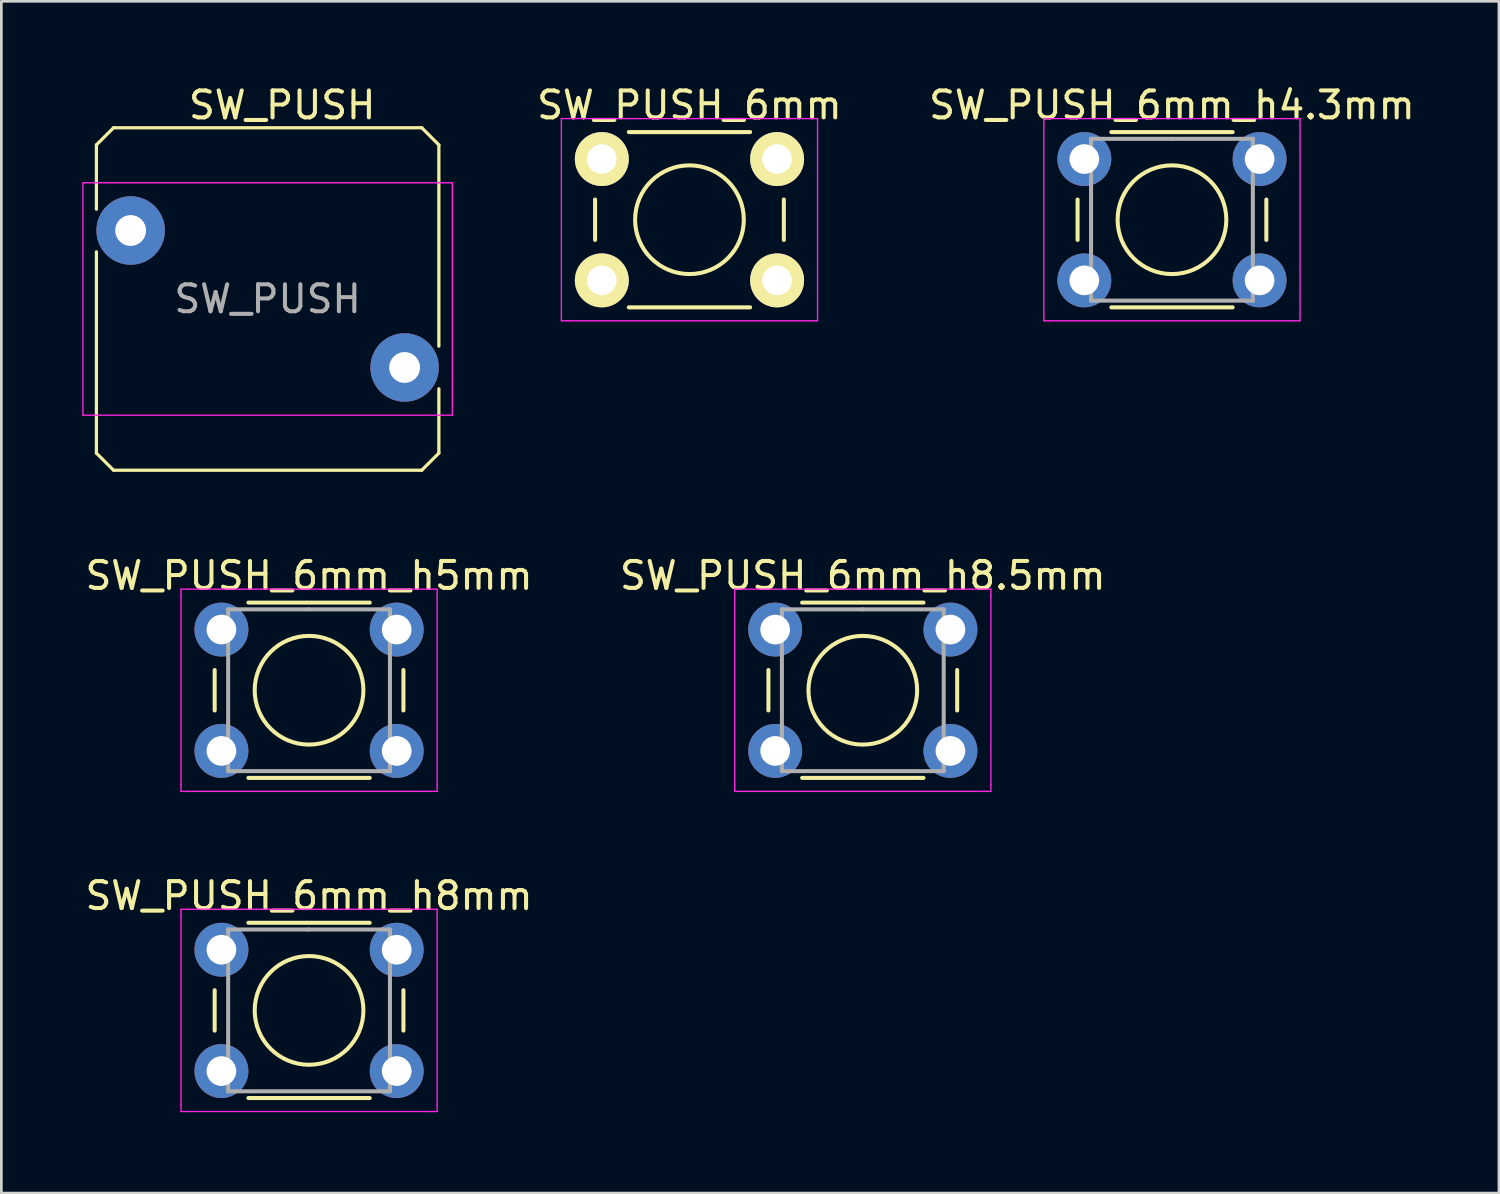
<source format=kicad_pcb>
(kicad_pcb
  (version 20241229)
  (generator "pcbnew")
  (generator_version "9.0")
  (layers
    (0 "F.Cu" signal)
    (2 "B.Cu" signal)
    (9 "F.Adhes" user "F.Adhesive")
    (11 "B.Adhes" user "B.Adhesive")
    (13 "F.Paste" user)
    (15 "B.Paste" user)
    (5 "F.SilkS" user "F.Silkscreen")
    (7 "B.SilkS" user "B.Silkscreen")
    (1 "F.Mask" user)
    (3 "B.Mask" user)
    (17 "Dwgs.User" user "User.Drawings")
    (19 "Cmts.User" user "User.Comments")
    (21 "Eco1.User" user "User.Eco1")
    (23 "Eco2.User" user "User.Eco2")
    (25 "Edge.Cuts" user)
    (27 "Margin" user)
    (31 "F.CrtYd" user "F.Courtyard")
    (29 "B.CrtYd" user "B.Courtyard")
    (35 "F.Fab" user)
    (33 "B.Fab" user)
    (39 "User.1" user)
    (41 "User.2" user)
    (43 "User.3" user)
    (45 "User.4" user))
  (footprint "SW_PUSH_6mm_h8.5mm"
    (layer "F.Cu")
    (at 25.696 20.297)
    (property "Reference" "SW_PUSH_6mm_h8.5mm" (at 3.25 -2 0) (layer "F.SilkS") (effects (font (size 1 1) (thickness 0.15))))
    (attr through_hole)
    (fp_line (start -0.25 1.5) (end -0.25 3) (stroke (width 0.15) (type solid)) (layer "F.SilkS"))
    (fp_line (start 1 5.5) (end 5.5 5.5) (stroke (width 0.15) (type solid)) (layer "F.SilkS"))
    (fp_line (start 5.5 -1) (end 1 -1) (stroke (width 0.15) (type solid)) (layer "F.SilkS"))
    (fp_line (start 6.75 3) (end 6.75 1.5) (stroke (width 0.15) (type solid)) (layer "F.SilkS"))
    (fp_circle (center 3.25 2.25) (end 1.25 2.5) (stroke (width 0.15) (type solid)) (fill no) (layer "F.SilkS"))
    (fp_line (start -1.5 -1.5) (end -1.25 -1.5) (stroke (width 0.05) (type solid)) (layer "F.CrtYd"))
    (fp_line (start -1.5 -1.25) (end -1.5 -1.5) (stroke (width 0.05) (type solid)) (layer "F.CrtYd"))
    (fp_line (start -1.5 5.75) (end -1.5 -1.25) (stroke (width 0.05) (type solid)) (layer "F.CrtYd"))
    (fp_line (start -1.5 5.75) (end -1.5 6) (stroke (width 0.05) (type solid)) (layer "F.CrtYd"))
    (fp_line (start -1.5 6) (end -1.25 6) (stroke (width 0.05) (type solid)) (layer "F.CrtYd"))
    (fp_line (start -1.25 -1.5) (end 7.75 -1.5) (stroke (width 0.05) (type solid)) (layer "F.CrtYd"))
    (fp_line (start 7.75 -1.5) (end 8 -1.5) (stroke (width 0.05) (type solid)) (layer "F.CrtYd"))
    (fp_line (start 7.75 6) (end -1.25 6) (stroke (width 0.05) (type solid)) (layer "F.CrtYd"))
    (fp_line (start 7.75 6) (end 8 6) (stroke (width 0.05) (type solid)) (layer "F.CrtYd"))
    (fp_line (start 8 -1.5) (end 8 -1.25) (stroke (width 0.05) (type solid)) (layer "F.CrtYd"))
    (fp_line (start 8 -1.25) (end 8 5.75) (stroke (width 0.05) (type solid)) (layer "F.CrtYd"))
    (fp_line (start 8 6) (end 8 5.75) (stroke (width 0.05) (type solid)) (layer "F.CrtYd"))
    (fp_line (start 0.25 -0.75) (end 3.25 -0.75) (stroke (width 0.15) (type solid)) (layer "F.Fab"))
    (fp_line (start 0.25 5.25) (end 0.25 -0.75) (stroke (width 0.15) (type solid)) (layer "F.Fab"))
    (fp_line (start 3.25 -0.75) (end 6.25 -0.75) (stroke (width 0.15) (type solid)) (layer "F.Fab"))
    (fp_line (start 6.25 -0.75) (end 6.25 5.25) (stroke (width 0.15) (type solid)) (layer "F.Fab"))
    (fp_line (start 6.25 5.25) (end 0.25 5.25) (stroke (width 0.15) (type solid)) (layer "F.Fab"))
    (pad "1" thru_hole circle (at 0 0 90) (size 2 2) (drill 1.1) (layers "*.Cu" "*.Mask"))
    (pad "1" thru_hole circle (at 6.5 0 90) (size 2 2) (drill 1.1) (layers "*.Cu" "*.Mask"))
    (pad "2" thru_hole circle (at 0 4.5 90) (size 2 2) (drill 1.1) (layers "*.Cu" "*.Mask"))
    (pad "2" thru_hole circle (at 6.5 4.5 90) (size 2 2) (drill 1.1) (layers "*.Cu" "*.Mask")))
  (footprint "SW_PUSH_6mm_h5mm"
    (layer "F.Cu")
    (at 5.161 20.297)
    (property "Reference" "SW_PUSH_6mm_h5mm" (at 3.25 -2 0) (layer "F.SilkS") (effects (font (size 1 1) (thickness 0.15))))
    (attr through_hole)
    (fp_line (start -0.25 1.5) (end -0.25 3) (stroke (width 0.15) (type solid)) (layer "F.SilkS"))
    (fp_line (start 1 5.5) (end 5.5 5.5) (stroke (width 0.15) (type solid)) (layer "F.SilkS"))
    (fp_line (start 5.5 -1) (end 1 -1) (stroke (width 0.15) (type solid)) (layer "F.SilkS"))
    (fp_line (start 6.75 3) (end 6.75 1.5) (stroke (width 0.15) (type solid)) (layer "F.SilkS"))
    (fp_circle (center 3.25 2.25) (end 1.25 2.5) (stroke (width 0.15) (type solid)) (fill no) (layer "F.SilkS"))
    (fp_line (start -1.5 -1.5) (end -1.25 -1.5) (stroke (width 0.05) (type solid)) (layer "F.CrtYd"))
    (fp_line (start -1.5 -1.25) (end -1.5 -1.5) (stroke (width 0.05) (type solid)) (layer "F.CrtYd"))
    (fp_line (start -1.5 5.75) (end -1.5 -1.25) (stroke (width 0.05) (type solid)) (layer "F.CrtYd"))
    (fp_line (start -1.5 5.75) (end -1.5 6) (stroke (width 0.05) (type solid)) (layer "F.CrtYd"))
    (fp_line (start -1.5 6) (end -1.25 6) (stroke (width 0.05) (type solid)) (layer "F.CrtYd"))
    (fp_line (start -1.25 -1.5) (end 7.75 -1.5) (stroke (width 0.05) (type solid)) (layer "F.CrtYd"))
    (fp_line (start 7.75 -1.5) (end 8 -1.5) (stroke (width 0.05) (type solid)) (layer "F.CrtYd"))
    (fp_line (start 7.75 6) (end -1.25 6) (stroke (width 0.05) (type solid)) (layer "F.CrtYd"))
    (fp_line (start 7.75 6) (end 8 6) (stroke (width 0.05) (type solid)) (layer "F.CrtYd"))
    (fp_line (start 8 -1.5) (end 8 -1.25) (stroke (width 0.05) (type solid)) (layer "F.CrtYd"))
    (fp_line (start 8 -1.25) (end 8 5.75) (stroke (width 0.05) (type solid)) (layer "F.CrtYd"))
    (fp_line (start 8 6) (end 8 5.75) (stroke (width 0.05) (type solid)) (layer "F.CrtYd"))
    (fp_line (start 0.25 -0.75) (end 3.25 -0.75) (stroke (width 0.15) (type solid)) (layer "F.Fab"))
    (fp_line (start 0.25 5.25) (end 0.25 -0.75) (stroke (width 0.15) (type solid)) (layer "F.Fab"))
    (fp_line (start 3.25 -0.75) (end 6.25 -0.75) (stroke (width 0.15) (type solid)) (layer "F.Fab"))
    (fp_line (start 6.25 -0.75) (end 6.25 5.25) (stroke (width 0.15) (type solid)) (layer "F.Fab"))
    (fp_line (start 6.25 5.25) (end 0.25 5.25) (stroke (width 0.15) (type solid)) (layer "F.Fab"))
    (pad "1" thru_hole circle (at 0 0 90) (size 2 2) (drill 1.1) (layers "*.Cu" "*.Mask"))
    (pad "1" thru_hole circle (at 6.5 0 90) (size 2 2) (drill 1.1) (layers "*.Cu" "*.Mask"))
    (pad "2" thru_hole circle (at 0 4.5 90) (size 2 2) (drill 1.1) (layers "*.Cu" "*.Mask"))
    (pad "2" thru_hole circle (at 6.5 4.5 90) (size 2 2) (drill 1.1) (layers "*.Cu" "*.Mask")))
  (footprint "SW_PUSH"
    (layer "F.Cu")
    (at 1.795 5.498)
    (property "Reference" "SW_PUSH" (at 5.62 -4.65 0) (layer "F.SilkS") (effects (font (size 1 1) (thickness 0.15))))
    (attr through_hole)
    (fp_line (start -1.27 -3.175) (end -1.27 -0.791) (stroke (width 0.12) (type solid)) (layer "F.SilkS"))
    (fp_line (start -1.27 -3.175) (end -0.635 -3.81) (stroke (width 0.12) (type solid)) (layer "F.SilkS"))
    (fp_line (start -1.27 0.791) (end -1.27 8.255) (stroke (width 0.12) (type solid)) (layer "F.SilkS"))
    (fp_line (start -0.635 -3.81) (end 10.795 -3.81) (stroke (width 0.12) (type solid)) (layer "F.SilkS"))
    (fp_line (start -0.635 8.89) (end -1.27 8.255) (stroke (width 0.12) (type solid)) (layer "F.SilkS"))
    (fp_line (start 10.795 -3.81) (end 11.43 -3.175) (stroke (width 0.12) (type solid)) (layer "F.SilkS"))
    (fp_line (start 10.795 8.89) (end -0.635 8.89) (stroke (width 0.12) (type solid)) (layer "F.SilkS"))
    (fp_line (start 11.43 -3.175) (end 11.43 4.289) (stroke (width 0.12) (type solid)) (layer "F.SilkS"))
    (fp_line (start 11.43 5.871) (end 11.43 8.255) (stroke (width 0.12) (type solid)) (layer "F.SilkS"))
    (fp_line (start 11.43 8.255) (end 10.795 8.89) (stroke (width 0.12) (type solid)) (layer "F.SilkS"))
    (fp_line (start -1.77 -1.77) (end -1.77 6.85) (stroke (width 0.05) (type solid)) (layer "F.CrtYd"))
    (fp_line (start -1.77 -1.77) (end 11.93 -1.77) (stroke (width 0.05) (type solid)) (layer "F.CrtYd"))
    (fp_line (start 11.93 6.85) (end -1.77 6.85) (stroke (width 0.05) (type solid)) (layer "F.CrtYd"))
    (fp_line (start 11.93 6.85) (end 11.93 -1.77) (stroke (width 0.05) (type solid)) (layer "F.CrtYd"))
    (fp_text user "${REFERENCE}" (at 5.08 2.54 0) (layer "F.Fab") (effects (font (size 1 1) (thickness 0.15))))
    (pad "1" thru_hole circle (at 0 0) (size 2.54 2.54) (drill 1.143) (layers "*.Cu" "*.Mask"))
    (pad "2" thru_hole circle (at 10.16 5.08) (size 2.54 2.54) (drill 1.143) (layers "*.Cu" "*.Mask")))
  (footprint "SW_PUSH_6mm_h8mm"
    (layer "F.Cu")
    (at 5.161 32.17)
    (property "Reference" "SW_PUSH_6mm_h8mm" (at 3.25 -2 0) (layer "F.SilkS") (effects (font (size 1 1) (thickness 0.15))))
    (attr through_hole)
    (fp_line (start -0.25 1.5) (end -0.25 3) (stroke (width 0.15) (type solid)) (layer "F.SilkS"))
    (fp_line (start 1 5.5) (end 5.5 5.5) (stroke (width 0.15) (type solid)) (layer "F.SilkS"))
    (fp_line (start 5.5 -1) (end 1 -1) (stroke (width 0.15) (type solid)) (layer "F.SilkS"))
    (fp_line (start 6.75 3) (end 6.75 1.5) (stroke (width 0.15) (type solid)) (layer "F.SilkS"))
    (fp_circle (center 3.25 2.25) (end 1.25 2.5) (stroke (width 0.15) (type solid)) (fill no) (layer "F.SilkS"))
    (fp_line (start -1.5 -1.5) (end -1.25 -1.5) (stroke (width 0.05) (type solid)) (layer "F.CrtYd"))
    (fp_line (start -1.5 -1.25) (end -1.5 -1.5) (stroke (width 0.05) (type solid)) (layer "F.CrtYd"))
    (fp_line (start -1.5 5.75) (end -1.5 -1.25) (stroke (width 0.05) (type solid)) (layer "F.CrtYd"))
    (fp_line (start -1.5 5.75) (end -1.5 6) (stroke (width 0.05) (type solid)) (layer "F.CrtYd"))
    (fp_line (start -1.5 6) (end -1.25 6) (stroke (width 0.05) (type solid)) (layer "F.CrtYd"))
    (fp_line (start -1.25 -1.5) (end 7.75 -1.5) (stroke (width 0.05) (type solid)) (layer "F.CrtYd"))
    (fp_line (start 7.75 -1.5) (end 8 -1.5) (stroke (width 0.05) (type solid)) (layer "F.CrtYd"))
    (fp_line (start 7.75 6) (end -1.25 6) (stroke (width 0.05) (type solid)) (layer "F.CrtYd"))
    (fp_line (start 7.75 6) (end 8 6) (stroke (width 0.05) (type solid)) (layer "F.CrtYd"))
    (fp_line (start 8 -1.5) (end 8 -1.25) (stroke (width 0.05) (type solid)) (layer "F.CrtYd"))
    (fp_line (start 8 -1.25) (end 8 5.75) (stroke (width 0.05) (type solid)) (layer "F.CrtYd"))
    (fp_line (start 8 6) (end 8 5.75) (stroke (width 0.05) (type solid)) (layer "F.CrtYd"))
    (fp_line (start 0.25 -0.75) (end 3.25 -0.75) (stroke (width 0.15) (type solid)) (layer "F.Fab"))
    (fp_line (start 0.25 5.25) (end 0.25 -0.75) (stroke (width 0.15) (type solid)) (layer "F.Fab"))
    (fp_line (start 3.25 -0.75) (end 6.25 -0.75) (stroke (width 0.15) (type solid)) (layer "F.Fab"))
    (fp_line (start 6.25 -0.75) (end 6.25 5.25) (stroke (width 0.15) (type solid)) (layer "F.Fab"))
    (fp_line (start 6.25 5.25) (end 0.25 5.25) (stroke (width 0.15) (type solid)) (layer "F.Fab"))
    (pad "1" thru_hole circle (at 0 0 90) (size 2 2) (drill 1.1) (layers "*.Cu" "*.Mask"))
    (pad "1" thru_hole circle (at 6.5 0 90) (size 2 2) (drill 1.1) (layers "*.Cu" "*.Mask"))
    (pad "2" thru_hole circle (at 0 4.5 90) (size 2 2) (drill 1.1) (layers "*.Cu" "*.Mask"))
    (pad "2" thru_hole circle (at 6.5 4.5 90) (size 2 2) (drill 1.1) (layers "*.Cu" "*.Mask")))
  (footprint "SW_PUSH_6mm"
    (layer "F.Cu")
    (at 19.268 2.848)
    (property "Reference" "SW_PUSH_6mm" (at 3.25 -2 0) (layer "F.SilkS") (effects (font (size 1 1) (thickness 0.15))))
    (attr through_hole)
    (fp_line (start -0.25 1.5) (end -0.25 3) (stroke (width 0.15) (type solid)) (layer "F.SilkS"))
    (fp_line (start 1 5.5) (end 5.5 5.5) (stroke (width 0.15) (type solid)) (layer "F.SilkS"))
    (fp_line (start 5.5 -1) (end 1 -1) (stroke (width 0.15) (type solid)) (layer "F.SilkS"))
    (fp_line (start 6.75 3) (end 6.75 1.5) (stroke (width 0.15) (type solid)) (layer "F.SilkS"))
    (fp_circle (center 3.25 2.25) (end 1.25 2.5) (stroke (width 0.15) (type solid)) (fill no) (layer "F.SilkS"))
    (fp_line (start -1.5 -1.5) (end -1.25 -1.5) (stroke (width 0.05) (type solid)) (layer "F.CrtYd"))
    (fp_line (start -1.5 -1.25) (end -1.5 -1.5) (stroke (width 0.05) (type solid)) (layer "F.CrtYd"))
    (fp_line (start -1.5 5.75) (end -1.5 -1.25) (stroke (width 0.05) (type solid)) (layer "F.CrtYd"))
    (fp_line (start -1.5 5.75) (end -1.5 6) (stroke (width 0.05) (type solid)) (layer "F.CrtYd"))
    (fp_line (start -1.5 6) (end -1.25 6) (stroke (width 0.05) (type solid)) (layer "F.CrtYd"))
    (fp_line (start -1.25 -1.5) (end 7.75 -1.5) (stroke (width 0.05) (type solid)) (layer "F.CrtYd"))
    (fp_line (start 7.75 -1.5) (end 8 -1.5) (stroke (width 0.05) (type solid)) (layer "F.CrtYd"))
    (fp_line (start 7.75 6) (end -1.25 6) (stroke (width 0.05) (type solid)) (layer "F.CrtYd"))
    (fp_line (start 7.75 6) (end 8 6) (stroke (width 0.05) (type solid)) (layer "F.CrtYd"))
    (fp_line (start 8 -1.5) (end 8 -1.25) (stroke (width 0.05) (type solid)) (layer "F.CrtYd"))
    (fp_line (start 8 -1.25) (end 8 5.75) (stroke (width 0.05) (type solid)) (layer "F.CrtYd"))
    (fp_line (start 8 6) (end 8 5.75) (stroke (width 0.05) (type solid)) (layer "F.CrtYd"))
    (pad "1" thru_hole circle (at 0 0 90) (size 2 2) (drill 1.1) (layers "*.Cu" "*.Mask" "F.SilkS"))
    (pad "1" thru_hole circle (at 6.5 0 90) (size 2 2) (drill 1.1) (layers "*.Cu" "*.Mask" "F.SilkS"))
    (pad "2" thru_hole circle (at 0 4.5 90) (size 2 2) (drill 1.1) (layers "*.Cu" "*.Mask" "F.SilkS"))
    (pad "2" thru_hole circle (at 6.5 4.5 90) (size 2 2) (drill 1.1) (layers "*.Cu" "*.Mask" "F.SilkS")))
  (footprint "SW_PUSH_6mm_h4.3mm"
    (layer "F.Cu")
    (at 37.161 2.848)
    (property "Reference" "SW_PUSH_6mm_h4.3mm" (at 3.25 -2 0) (layer "F.SilkS") (effects (font (size 1 1) (thickness 0.15))))
    (attr through_hole)
    (fp_line (start -0.25 1.5) (end -0.25 3) (stroke (width 0.15) (type solid)) (layer "F.SilkS"))
    (fp_line (start 1 5.5) (end 5.5 5.5) (stroke (width 0.15) (type solid)) (layer "F.SilkS"))
    (fp_line (start 5.5 -1) (end 1 -1) (stroke (width 0.15) (type solid)) (layer "F.SilkS"))
    (fp_line (start 6.75 3) (end 6.75 1.5) (stroke (width 0.15) (type solid)) (layer "F.SilkS"))
    (fp_circle (center 3.25 2.25) (end 1.25 2.5) (stroke (width 0.15) (type solid)) (fill no) (layer "F.SilkS"))
    (fp_line (start -1.5 -1.5) (end -1.25 -1.5) (stroke (width 0.05) (type solid)) (layer "F.CrtYd"))
    (fp_line (start -1.5 -1.25) (end -1.5 -1.5) (stroke (width 0.05) (type solid)) (layer "F.CrtYd"))
    (fp_line (start -1.5 5.75) (end -1.5 -1.25) (stroke (width 0.05) (type solid)) (layer "F.CrtYd"))
    (fp_line (start -1.5 5.75) (end -1.5 6) (stroke (width 0.05) (type solid)) (layer "F.CrtYd"))
    (fp_line (start -1.5 6) (end -1.25 6) (stroke (width 0.05) (type solid)) (layer "F.CrtYd"))
    (fp_line (start -1.25 -1.5) (end 7.75 -1.5) (stroke (width 0.05) (type solid)) (layer "F.CrtYd"))
    (fp_line (start 7.75 -1.5) (end 8 -1.5) (stroke (width 0.05) (type solid)) (layer "F.CrtYd"))
    (fp_line (start 7.75 6) (end -1.25 6) (stroke (width 0.05) (type solid)) (layer "F.CrtYd"))
    (fp_line (start 7.75 6) (end 8 6) (stroke (width 0.05) (type solid)) (layer "F.CrtYd"))
    (fp_line (start 8 -1.5) (end 8 -1.25) (stroke (width 0.05) (type solid)) (layer "F.CrtYd"))
    (fp_line (start 8 -1.25) (end 8 5.75) (stroke (width 0.05) (type solid)) (layer "F.CrtYd"))
    (fp_line (start 8 6) (end 8 5.75) (stroke (width 0.05) (type solid)) (layer "F.CrtYd"))
    (fp_line (start 0.25 -0.75) (end 3.25 -0.75) (stroke (width 0.15) (type solid)) (layer "F.Fab"))
    (fp_line (start 0.25 5.25) (end 0.25 -0.75) (stroke (width 0.15) (type solid)) (layer "F.Fab"))
    (fp_line (start 3.25 -0.75) (end 6.25 -0.75) (stroke (width 0.15) (type solid)) (layer "F.Fab"))
    (fp_line (start 6.25 -0.75) (end 6.25 5.25) (stroke (width 0.15) (type solid)) (layer "F.Fab"))
    (fp_line (start 6.25 5.25) (end 0.25 5.25) (stroke (width 0.15) (type solid)) (layer "F.Fab"))
    (pad "1" thru_hole circle (at 0 0 90) (size 2 2) (drill 1.1) (layers "*.Cu" "*.Mask"))
    (pad "1" thru_hole circle (at 6.5 0 90) (size 2 2) (drill 1.1) (layers "*.Cu" "*.Mask"))
    (pad "2" thru_hole circle (at 0 4.5 90) (size 2 2) (drill 1.1) (layers "*.Cu" "*.Mask"))
    (pad "2" thru_hole circle (at 6.5 4.5 90) (size 2 2) (drill 1.1) (layers "*.Cu" "*.Mask")))
  (gr_rect
    (start -3 -3)
    (end 52.536 41.195)
    (stroke (width 0.1) (type default))
    (fill no)
    (layer "Edge.Cuts")))
</source>
